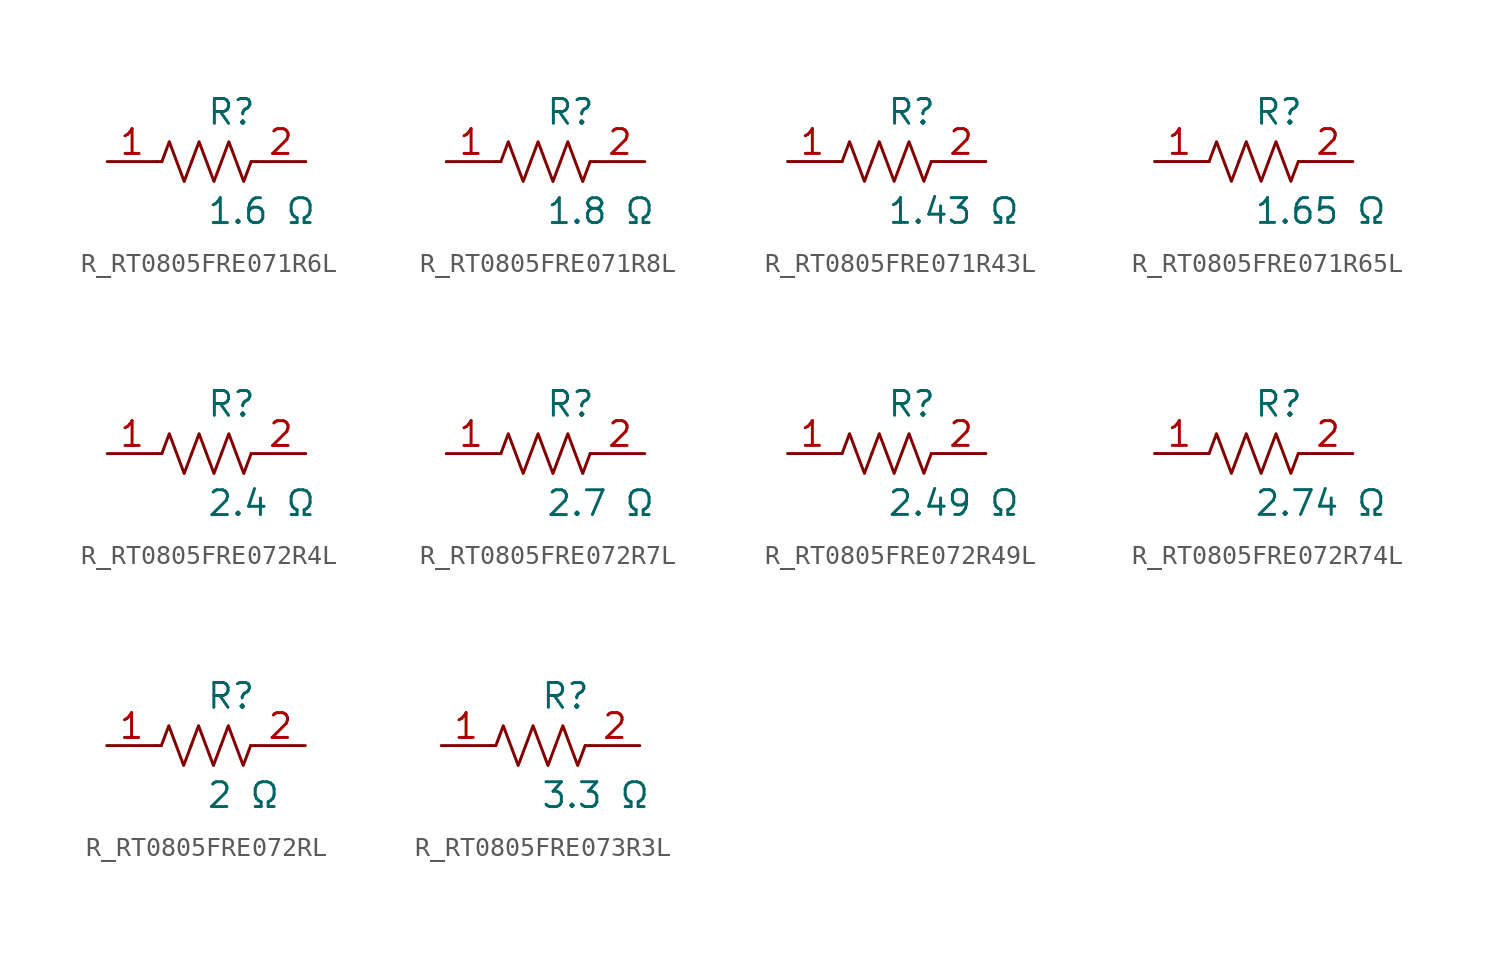
<source format=kicad_sym>
(kicad_symbol_lib
  (version 20231120)
  (generator kicad_symbol_editor)
  (generator_version 8.0)
  (symbol "R_RT0805FRE071R6L"
    (pin_names
      (offset 0.254))
    (property "Reference" "R"
      (at 0.0 2.54 0)
      (effects (font (size 1.27 1.27)) (justify left)))
    (property "Value" "1.6 Ω"
      (at 0.0 -2.54 0)
      (effects (font (size 1.27 1.27)) (justify left)))
    (symbol "R_RT0805FRE071R6L_0_1"
      (polyline (pts (xy 2.286 0) (xy 2.54 0)) (stroke (width 0) (type default)) (fill (type none)))
      (polyline (pts (xy -2.286 0) (xy -2.54 0)) (stroke (width 0) (type default)) (fill (type none)))
      (polyline (pts (xy 0.762 0) (xy 1.143 1.016) (xy 1.524 0) (xy 1.905 -1.016) (xy 2.286 0)) (stroke (width 0) (type default)) (fill (type none)))
      (polyline (pts (xy -0.762 0) (xy -0.381 1.016) (xy 0 0) (xy 0.381 -1.016) (xy 0.762 0)) (stroke (width 0) (type default)) (fill (type none)))
      (polyline (pts (xy -2.286 0) (xy -1.905 1.016) (xy -1.524 0) (xy -1.143 -1.016) (xy -0.762 0)) (stroke (width 0) (type default)) (fill (type none))))
    (pin unspecified line
      (at -5.08 0 0)
      (length 2.54)
      (name "" (effects (font (size 1.27 1.27))))
      (number "1" (effects (font (size 1.27 1.27)))))
    (pin unspecified line
      (at 5.08 0 180)
      (length 2.54)
      (name "" (effects (font (size 1.27 1.27))))
      (number "2" (effects (font (size 1.27 1.27))))))
  (symbol "R_RT0805FRE071R8L"
    (pin_names
      (offset 0.254))
    (property "Reference" "R"
      (at 0.0 2.54 0)
      (effects (font (size 1.27 1.27)) (justify left)))
    (property "Value" "1.8 Ω"
      (at 0.0 -2.54 0)
      (effects (font (size 1.27 1.27)) (justify left)))
    (symbol "R_RT0805FRE071R8L_0_1"
      (polyline (pts (xy 2.286 0) (xy 2.54 0)) (stroke (width 0) (type default)) (fill (type none)))
      (polyline (pts (xy -2.286 0) (xy -2.54 0)) (stroke (width 0) (type default)) (fill (type none)))
      (polyline (pts (xy 0.762 0) (xy 1.143 1.016) (xy 1.524 0) (xy 1.905 -1.016) (xy 2.286 0)) (stroke (width 0) (type default)) (fill (type none)))
      (polyline (pts (xy -0.762 0) (xy -0.381 1.016) (xy 0 0) (xy 0.381 -1.016) (xy 0.762 0)) (stroke (width 0) (type default)) (fill (type none)))
      (polyline (pts (xy -2.286 0) (xy -1.905 1.016) (xy -1.524 0) (xy -1.143 -1.016) (xy -0.762 0)) (stroke (width 0) (type default)) (fill (type none))))
    (pin unspecified line
      (at -5.08 0 0)
      (length 2.54)
      (name "" (effects (font (size 1.27 1.27))))
      (number "1" (effects (font (size 1.27 1.27)))))
    (pin unspecified line
      (at 5.08 0 180)
      (length 2.54)
      (name "" (effects (font (size 1.27 1.27))))
      (number "2" (effects (font (size 1.27 1.27))))))
  (symbol "R_RT0805FRE071R43L"
    (pin_names
      (offset 0.254))
    (property "Reference" "R"
      (at 0.0 2.54 0)
      (effects (font (size 1.27 1.27)) (justify left)))
    (property "Value" "1.43 Ω"
      (at 0.0 -2.54 0)
      (effects (font (size 1.27 1.27)) (justify left)))
    (symbol "R_RT0805FRE071R43L_0_1"
      (polyline (pts (xy 2.286 0) (xy 2.54 0)) (stroke (width 0) (type default)) (fill (type none)))
      (polyline (pts (xy -2.286 0) (xy -2.54 0)) (stroke (width 0) (type default)) (fill (type none)))
      (polyline (pts (xy 0.762 0) (xy 1.143 1.016) (xy 1.524 0) (xy 1.905 -1.016) (xy 2.286 0)) (stroke (width 0) (type default)) (fill (type none)))
      (polyline (pts (xy -0.762 0) (xy -0.381 1.016) (xy 0 0) (xy 0.381 -1.016) (xy 0.762 0)) (stroke (width 0) (type default)) (fill (type none)))
      (polyline (pts (xy -2.286 0) (xy -1.905 1.016) (xy -1.524 0) (xy -1.143 -1.016) (xy -0.762 0)) (stroke (width 0) (type default)) (fill (type none))))
    (pin unspecified line
      (at -5.08 0 0)
      (length 2.54)
      (name "" (effects (font (size 1.27 1.27))))
      (number "1" (effects (font (size 1.27 1.27)))))
    (pin unspecified line
      (at 5.08 0 180)
      (length 2.54)
      (name "" (effects (font (size 1.27 1.27))))
      (number "2" (effects (font (size 1.27 1.27))))))
  (symbol "R_RT0805FRE071R65L"
    (pin_names
      (offset 0.254))
    (property "Reference" "R"
      (at 0.0 2.54 0)
      (effects (font (size 1.27 1.27)) (justify left)))
    (property "Value" "1.65 Ω"
      (at 0.0 -2.54 0)
      (effects (font (size 1.27 1.27)) (justify left)))
    (symbol "R_RT0805FRE071R65L_0_1"
      (polyline (pts (xy 2.286 0) (xy 2.54 0)) (stroke (width 0) (type default)) (fill (type none)))
      (polyline (pts (xy -2.286 0) (xy -2.54 0)) (stroke (width 0) (type default)) (fill (type none)))
      (polyline (pts (xy 0.762 0) (xy 1.143 1.016) (xy 1.524 0) (xy 1.905 -1.016) (xy 2.286 0)) (stroke (width 0) (type default)) (fill (type none)))
      (polyline (pts (xy -0.762 0) (xy -0.381 1.016) (xy 0 0) (xy 0.381 -1.016) (xy 0.762 0)) (stroke (width 0) (type default)) (fill (type none)))
      (polyline (pts (xy -2.286 0) (xy -1.905 1.016) (xy -1.524 0) (xy -1.143 -1.016) (xy -0.762 0)) (stroke (width 0) (type default)) (fill (type none))))
    (pin unspecified line
      (at -5.08 0 0)
      (length 2.54)
      (name "" (effects (font (size 1.27 1.27))))
      (number "1" (effects (font (size 1.27 1.27)))))
    (pin unspecified line
      (at 5.08 0 180)
      (length 2.54)
      (name "" (effects (font (size 1.27 1.27))))
      (number "2" (effects (font (size 1.27 1.27))))))
  (symbol "R_RT0805FRE072R4L"
    (pin_names
      (offset 0.254))
    (property "Reference" "R"
      (at 0.0 2.54 0)
      (effects (font (size 1.27 1.27)) (justify left)))
    (property "Value" "2.4 Ω"
      (at 0.0 -2.54 0)
      (effects (font (size 1.27 1.27)) (justify left)))
    (symbol "R_RT0805FRE072R4L_0_1"
      (polyline (pts (xy 2.286 0) (xy 2.54 0)) (stroke (width 0) (type default)) (fill (type none)))
      (polyline (pts (xy -2.286 0) (xy -2.54 0)) (stroke (width 0) (type default)) (fill (type none)))
      (polyline (pts (xy 0.762 0) (xy 1.143 1.016) (xy 1.524 0) (xy 1.905 -1.016) (xy 2.286 0)) (stroke (width 0) (type default)) (fill (type none)))
      (polyline (pts (xy -0.762 0) (xy -0.381 1.016) (xy 0 0) (xy 0.381 -1.016) (xy 0.762 0)) (stroke (width 0) (type default)) (fill (type none)))
      (polyline (pts (xy -2.286 0) (xy -1.905 1.016) (xy -1.524 0) (xy -1.143 -1.016) (xy -0.762 0)) (stroke (width 0) (type default)) (fill (type none))))
    (pin unspecified line
      (at -5.08 0 0)
      (length 2.54)
      (name "" (effects (font (size 1.27 1.27))))
      (number "1" (effects (font (size 1.27 1.27)))))
    (pin unspecified line
      (at 5.08 0 180)
      (length 2.54)
      (name "" (effects (font (size 1.27 1.27))))
      (number "2" (effects (font (size 1.27 1.27))))))
  (symbol "R_RT0805FRE072R7L"
    (pin_names
      (offset 0.254))
    (property "Reference" "R"
      (at 0.0 2.54 0)
      (effects (font (size 1.27 1.27)) (justify left)))
    (property "Value" "2.7 Ω"
      (at 0.0 -2.54 0)
      (effects (font (size 1.27 1.27)) (justify left)))
    (symbol "R_RT0805FRE072R7L_0_1"
      (polyline (pts (xy 2.286 0) (xy 2.54 0)) (stroke (width 0) (type default)) (fill (type none)))
      (polyline (pts (xy -2.286 0) (xy -2.54 0)) (stroke (width 0) (type default)) (fill (type none)))
      (polyline (pts (xy 0.762 0) (xy 1.143 1.016) (xy 1.524 0) (xy 1.905 -1.016) (xy 2.286 0)) (stroke (width 0) (type default)) (fill (type none)))
      (polyline (pts (xy -0.762 0) (xy -0.381 1.016) (xy 0 0) (xy 0.381 -1.016) (xy 0.762 0)) (stroke (width 0) (type default)) (fill (type none)))
      (polyline (pts (xy -2.286 0) (xy -1.905 1.016) (xy -1.524 0) (xy -1.143 -1.016) (xy -0.762 0)) (stroke (width 0) (type default)) (fill (type none))))
    (pin unspecified line
      (at -5.08 0 0)
      (length 2.54)
      (name "" (effects (font (size 1.27 1.27))))
      (number "1" (effects (font (size 1.27 1.27)))))
    (pin unspecified line
      (at 5.08 0 180)
      (length 2.54)
      (name "" (effects (font (size 1.27 1.27))))
      (number "2" (effects (font (size 1.27 1.27))))))
  (symbol "R_RT0805FRE072R49L"
    (pin_names
      (offset 0.254))
    (property "Reference" "R"
      (at 0.0 2.54 0)
      (effects (font (size 1.27 1.27)) (justify left)))
    (property "Value" "2.49 Ω"
      (at 0.0 -2.54 0)
      (effects (font (size 1.27 1.27)) (justify left)))
    (symbol "R_RT0805FRE072R49L_0_1"
      (polyline (pts (xy 2.286 0) (xy 2.54 0)) (stroke (width 0) (type default)) (fill (type none)))
      (polyline (pts (xy -2.286 0) (xy -2.54 0)) (stroke (width 0) (type default)) (fill (type none)))
      (polyline (pts (xy 0.762 0) (xy 1.143 1.016) (xy 1.524 0) (xy 1.905 -1.016) (xy 2.286 0)) (stroke (width 0) (type default)) (fill (type none)))
      (polyline (pts (xy -0.762 0) (xy -0.381 1.016) (xy 0 0) (xy 0.381 -1.016) (xy 0.762 0)) (stroke (width 0) (type default)) (fill (type none)))
      (polyline (pts (xy -2.286 0) (xy -1.905 1.016) (xy -1.524 0) (xy -1.143 -1.016) (xy -0.762 0)) (stroke (width 0) (type default)) (fill (type none))))
    (pin unspecified line
      (at -5.08 0 0)
      (length 2.54)
      (name "" (effects (font (size 1.27 1.27))))
      (number "1" (effects (font (size 1.27 1.27)))))
    (pin unspecified line
      (at 5.08 0 180)
      (length 2.54)
      (name "" (effects (font (size 1.27 1.27))))
      (number "2" (effects (font (size 1.27 1.27))))))
  (symbol "R_RT0805FRE072R74L"
    (pin_names
      (offset 0.254))
    (property "Reference" "R"
      (at 0.0 2.54 0)
      (effects (font (size 1.27 1.27)) (justify left)))
    (property "Value" "2.74 Ω"
      (at 0.0 -2.54 0)
      (effects (font (size 1.27 1.27)) (justify left)))
    (symbol "R_RT0805FRE072R74L_0_1"
      (polyline (pts (xy 2.286 0) (xy 2.54 0)) (stroke (width 0) (type default)) (fill (type none)))
      (polyline (pts (xy -2.286 0) (xy -2.54 0)) (stroke (width 0) (type default)) (fill (type none)))
      (polyline (pts (xy 0.762 0) (xy 1.143 1.016) (xy 1.524 0) (xy 1.905 -1.016) (xy 2.286 0)) (stroke (width 0) (type default)) (fill (type none)))
      (polyline (pts (xy -0.762 0) (xy -0.381 1.016) (xy 0 0) (xy 0.381 -1.016) (xy 0.762 0)) (stroke (width 0) (type default)) (fill (type none)))
      (polyline (pts (xy -2.286 0) (xy -1.905 1.016) (xy -1.524 0) (xy -1.143 -1.016) (xy -0.762 0)) (stroke (width 0) (type default)) (fill (type none))))
    (pin unspecified line
      (at -5.08 0 0)
      (length 2.54)
      (name "" (effects (font (size 1.27 1.27))))
      (number "1" (effects (font (size 1.27 1.27)))))
    (pin unspecified line
      (at 5.08 0 180)
      (length 2.54)
      (name "" (effects (font (size 1.27 1.27))))
      (number "2" (effects (font (size 1.27 1.27))))))
  (symbol "R_RT0805FRE072RL"
    (pin_names
      (offset 0.254))
    (property "Reference" "R"
      (at 0.0 2.54 0)
      (effects (font (size 1.27 1.27)) (justify left)))
    (property "Value" "2 Ω"
      (at 0.0 -2.54 0)
      (effects (font (size 1.27 1.27)) (justify left)))
    (symbol "R_RT0805FRE072RL_0_1"
      (polyline (pts (xy 2.286 0) (xy 2.54 0)) (stroke (width 0) (type default)) (fill (type none)))
      (polyline (pts (xy -2.286 0) (xy -2.54 0)) (stroke (width 0) (type default)) (fill (type none)))
      (polyline (pts (xy 0.762 0) (xy 1.143 1.016) (xy 1.524 0) (xy 1.905 -1.016) (xy 2.286 0)) (stroke (width 0) (type default)) (fill (type none)))
      (polyline (pts (xy -0.762 0) (xy -0.381 1.016) (xy 0 0) (xy 0.381 -1.016) (xy 0.762 0)) (stroke (width 0) (type default)) (fill (type none)))
      (polyline (pts (xy -2.286 0) (xy -1.905 1.016) (xy -1.524 0) (xy -1.143 -1.016) (xy -0.762 0)) (stroke (width 0) (type default)) (fill (type none))))
    (pin unspecified line
      (at -5.08 0 0)
      (length 2.54)
      (name "" (effects (font (size 1.27 1.27))))
      (number "1" (effects (font (size 1.27 1.27)))))
    (pin unspecified line
      (at 5.08 0 180)
      (length 2.54)
      (name "" (effects (font (size 1.27 1.27))))
      (number "2" (effects (font (size 1.27 1.27))))))
  (symbol "R_RT0805FRE073R3L"
    (pin_names
      (offset 0.254))
    (property "Reference" "R"
      (at 0.0 2.54 0)
      (effects (font (size 1.27 1.27)) (justify left)))
    (property "Value" "3.3 Ω"
      (at 0.0 -2.54 0)
      (effects (font (size 1.27 1.27)) (justify left)))
    (symbol "R_RT0805FRE073R3L_0_1"
      (polyline (pts (xy 2.286 0) (xy 2.54 0)) (stroke (width 0) (type default)) (fill (type none)))
      (polyline (pts (xy -2.286 0) (xy -2.54 0)) (stroke (width 0) (type default)) (fill (type none)))
      (polyline (pts (xy 0.762 0) (xy 1.143 1.016) (xy 1.524 0) (xy 1.905 -1.016) (xy 2.286 0)) (stroke (width 0) (type default)) (fill (type none)))
      (polyline (pts (xy -0.762 0) (xy -0.381 1.016) (xy 0 0) (xy 0.381 -1.016) (xy 0.762 0)) (stroke (width 0) (type default)) (fill (type none)))
      (polyline (pts (xy -2.286 0) (xy -1.905 1.016) (xy -1.524 0) (xy -1.143 -1.016) (xy -0.762 0)) (stroke (width 0) (type default)) (fill (type none))))
    (pin unspecified line
      (at -5.08 0 0)
      (length 2.54)
      (name "" (effects (font (size 1.27 1.27))))
      (number "1" (effects (font (size 1.27 1.27)))))
    (pin unspecified line
      (at 5.08 0 180)
      (length 2.54)
      (name "" (effects (font (size 1.27 1.27))))
      (number "2" (effects (font (size 1.27 1.27)))))))
</source>
